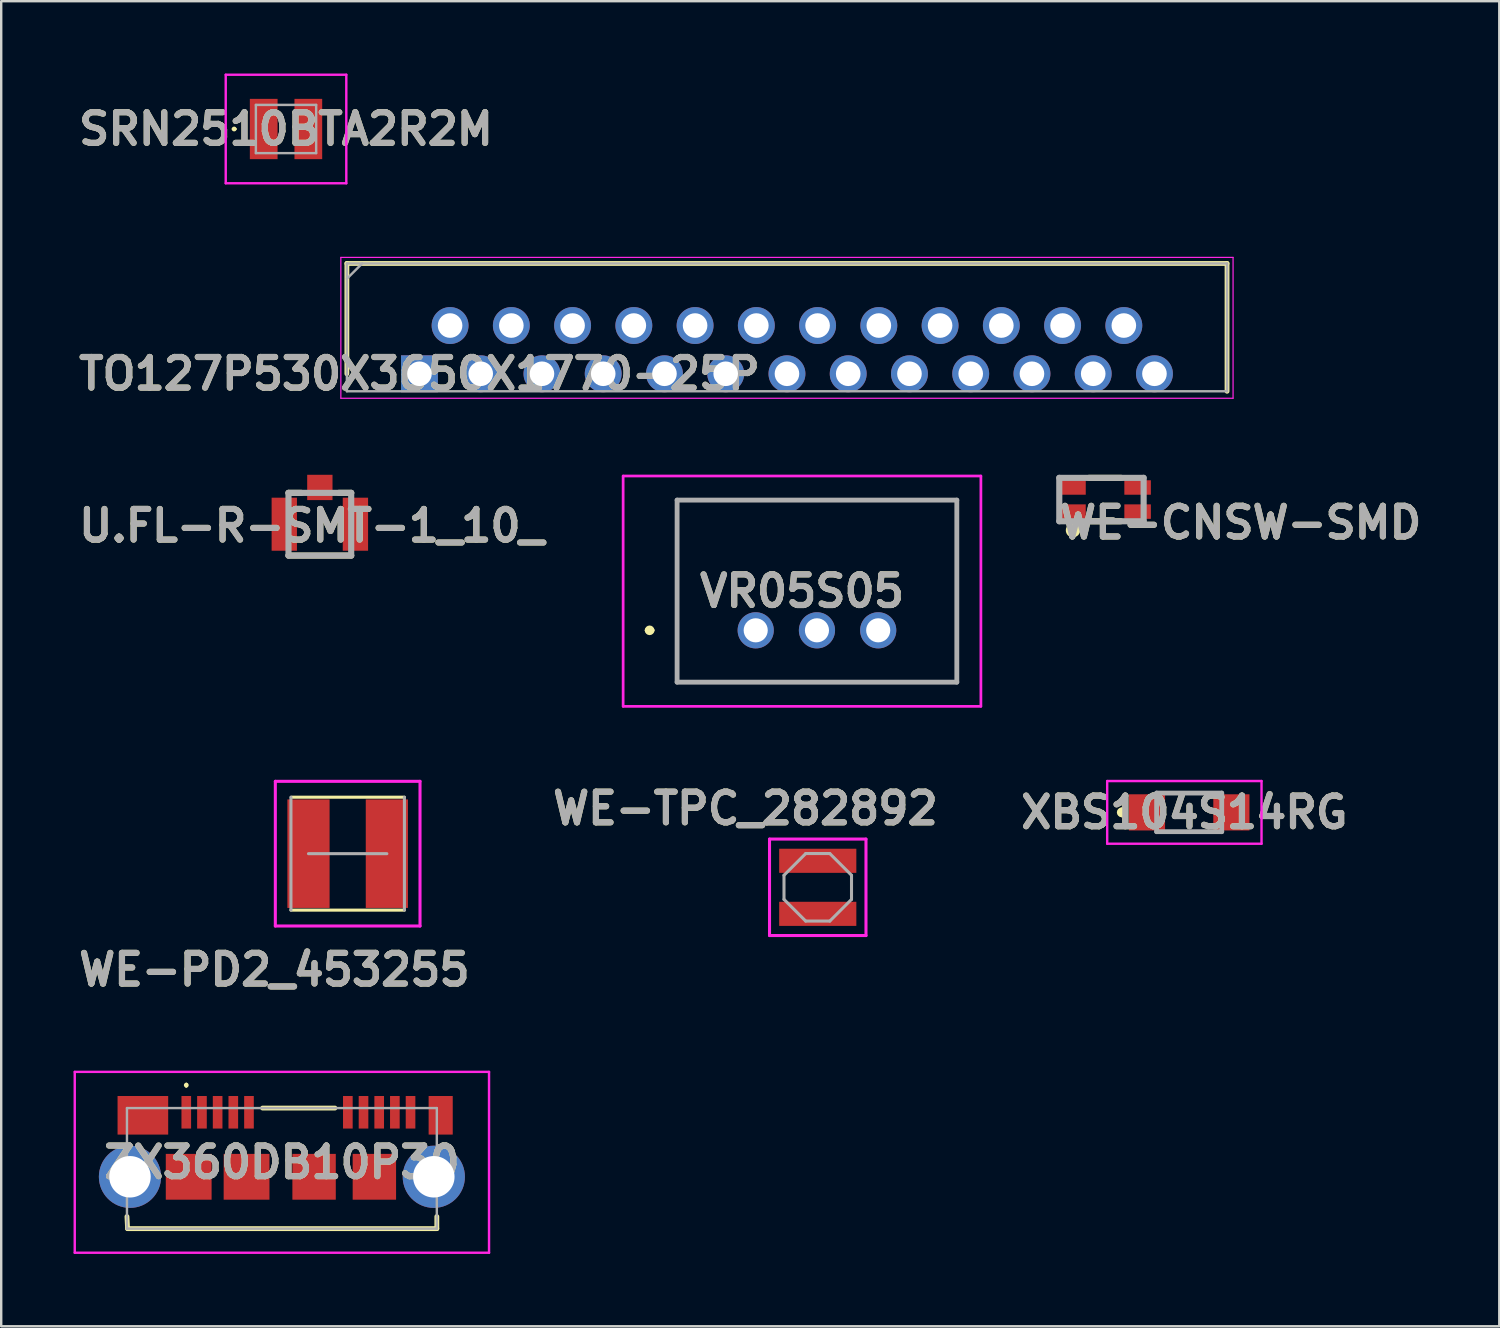
<source format=kicad_pcb>
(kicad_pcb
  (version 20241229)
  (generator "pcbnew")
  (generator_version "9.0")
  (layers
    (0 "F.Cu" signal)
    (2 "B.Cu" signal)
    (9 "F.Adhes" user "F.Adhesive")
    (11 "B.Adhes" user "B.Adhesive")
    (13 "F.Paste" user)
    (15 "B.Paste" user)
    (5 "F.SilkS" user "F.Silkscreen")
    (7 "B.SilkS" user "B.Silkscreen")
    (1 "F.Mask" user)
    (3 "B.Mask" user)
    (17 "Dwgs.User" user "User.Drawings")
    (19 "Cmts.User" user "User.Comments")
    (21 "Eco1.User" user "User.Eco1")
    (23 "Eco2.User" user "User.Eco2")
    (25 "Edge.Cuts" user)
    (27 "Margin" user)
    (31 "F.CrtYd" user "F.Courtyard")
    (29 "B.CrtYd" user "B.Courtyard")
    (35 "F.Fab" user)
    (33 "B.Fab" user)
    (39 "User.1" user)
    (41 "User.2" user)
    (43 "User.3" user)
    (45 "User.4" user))
  (footprint "XBS104S14RG"
    (layer "F.Cu")
    (at 46.265 30.639)
    (property "Reference" "XBS104S14RG" (at -0.2 0 0) (layer "F.SilkS") (effects (font (size 1.27 1.27) (thickness 0.254))))
    (attr smd)
    (fp_line (start -2.8 -0.1) (end -2.8 -0.1) (stroke (width 0.2) (type solid)) (layer "F.SilkS"))
    (fp_line (start -2.8 0.1) (end -2.8 0.1) (stroke (width 0.2) (type solid)) (layer "F.SilkS"))
    (fp_line (start -0.5 -0.8) (end 0.5 -0.8) (stroke (width 0.1) (type solid)) (layer "F.SilkS"))
    (fp_line (start -0.5 0.8) (end 0.5 0.8) (stroke (width 0.1) (type solid)) (layer "F.SilkS"))
    (fp_arc (start -2.8 -0.1) (mid -2.7 0) (end -2.8 0.1) (stroke (width 0.2) (type solid)) (layer "F.SilkS"))
    (fp_arc (start -2.8 0.1) (mid -2.9 0) (end -2.8 -0.1) (stroke (width 0.2) (type solid)) (layer "F.SilkS"))
    (fp_line (start -3.4 -1.3) (end 3 -1.3) (stroke (width 0.1) (type solid)) (layer "F.CrtYd"))
    (fp_line (start -3.4 1.3) (end -3.4 -1.3) (stroke (width 0.1) (type solid)) (layer "F.CrtYd"))
    (fp_line (start 3 -1.3) (end 3 1.3) (stroke (width 0.1) (type solid)) (layer "F.CrtYd"))
    (fp_line (start 3 1.3) (end -3.4 1.3) (stroke (width 0.1) (type solid)) (layer "F.CrtYd"))
    (fp_line (start -1.35 -0.8) (end 1.35 -0.8) (stroke (width 0.2) (type solid)) (layer "F.Fab"))
    (fp_line (start -1.35 0.8) (end -1.35 -0.8) (stroke (width 0.2) (type solid)) (layer "F.Fab"))
    (fp_line (start 1.35 -0.8) (end 1.35 0.8) (stroke (width 0.2) (type solid)) (layer "F.Fab"))
    (fp_line (start 1.35 0.8) (end -1.35 0.8) (stroke (width 0.2) (type solid)) (layer "F.Fab"))
    (fp_text user "${REFERENCE}" (at -0.2 0 0) (layer "F.Fab") (effects (font (size 1.27 1.27) (thickness 0.254))))
    (pad "1" smd rect (at -1.75 0 90) (size 1.5 1.5) (layers "F.Cu" "F.Mask" "F.Paste"))
    (pad "2" smd rect (at 1.75 0 90) (size 1.5 1.5) (layers "F.Cu" "F.Mask" "F.Paste")))
  (footprint "VR05S05"
    (layer "F.Cu")
    (at 28.289 23.089)
    (property "Reference" "VR05S05" (at 1.92 -1.625 0) (layer "F.SilkS") (effects (font (size 1.27 1.27) (thickness 0.254))))
    (attr through_hole)
    (fp_line (start -4.5 0) (end -4.5 0) (stroke (width 0.2) (type solid)) (layer "F.SilkS"))
    (fp_line (start -4.3 0) (end -4.3 0) (stroke (width 0.2) (type solid)) (layer "F.SilkS"))
    (fp_line (start -3.26 -5.4) (end -3.26 2.15) (stroke (width 0.1) (type solid)) (layer "F.SilkS"))
    (fp_line (start -3.26 2.15) (end 8.34 2.15) (stroke (width 0.1) (type solid)) (layer "F.SilkS"))
    (fp_line (start 8.34 -5.4) (end -3.26 -5.4) (stroke (width 0.1) (type solid)) (layer "F.SilkS"))
    (fp_line (start 8.34 2.15) (end 8.34 -5.4) (stroke (width 0.1) (type solid)) (layer "F.SilkS"))
    (fp_arc (start -4.5 0) (mid -4.4 -0.1) (end -4.3 0) (stroke (width 0.2) (type solid)) (layer "F.SilkS"))
    (fp_arc (start -4.3 0) (mid -4.4 0.1) (end -4.5 0) (stroke (width 0.2) (type solid)) (layer "F.SilkS"))
    (fp_line (start -5.5 -6.4) (end -5.5 3.15) (stroke (width 0.1) (type solid)) (layer "F.CrtYd"))
    (fp_line (start -5.5 -6.4) (end -5.5 3.15) (stroke (width 0.1) (type solid)) (layer "F.CrtYd"))
    (fp_line (start -5.5 3.15) (end 9.34 3.15) (stroke (width 0.1) (type solid)) (layer "F.CrtYd"))
    (fp_line (start -5.5 3.15) (end 9.34 3.15) (stroke (width 0.1) (type solid)) (layer "F.CrtYd"))
    (fp_line (start 9.34 -6.4) (end -5.5 -6.4) (stroke (width 0.1) (type solid)) (layer "F.CrtYd"))
    (fp_line (start 9.34 -6.4) (end -5.5 -6.4) (stroke (width 0.1) (type solid)) (layer "F.CrtYd"))
    (fp_line (start 9.34 3.15) (end 9.34 -6.4) (stroke (width 0.1) (type solid)) (layer "F.CrtYd"))
    (fp_line (start 9.34 3.15) (end 9.34 -6.4) (stroke (width 0.1) (type solid)) (layer "F.CrtYd"))
    (fp_line (start -3.26 -5.4) (end -3.26 2.15) (stroke (width 0.2) (type solid)) (layer "F.Fab"))
    (fp_line (start -3.26 2.15) (end 8.34 2.15) (stroke (width 0.2) (type solid)) (layer "F.Fab"))
    (fp_line (start 8.34 -5.4) (end -3.26 -5.4) (stroke (width 0.2) (type solid)) (layer "F.Fab"))
    (fp_line (start 8.34 2.15) (end 8.34 -5.4) (stroke (width 0.2) (type solid)) (layer "F.Fab"))
    (fp_text user "${REFERENCE}" (at 1.92 -1.625 0) (layer "F.Fab") (effects (font (size 1.27 1.27) (thickness 0.254))))
    (pad "1" thru_hole circle (at 0 0) (size 1.5 1.5) (drill 1) (layers "*.Cu" "*.Mask"))
    (pad "2" thru_hole circle (at 2.54 0) (size 1.5 1.5) (drill 1) (layers "*.Cu" "*.Mask"))
    (pad "3" thru_hole circle (at 5.08 0) (size 1.5 1.5) (drill 1) (layers "*.Cu" "*.Mask")))
  (footprint "WE-TPC_282892"
    (layer "F.Cu")
    (at 30.862 33.747)
    (property "Reference" "WE-TPC_282892" (at -3 -3.27 0) (layer "F.SilkS") (effects (font (size 1.27 1.27) (thickness 0.254))))
    (attr smd)
    (fp_line (start -2 -2) (end 2 -2) (stroke (width 0.127) (type solid)) (layer "F.CrtYd"))
    (fp_line (start -2 2) (end -2 -2) (stroke (width 0.127) (type solid)) (layer "F.CrtYd"))
    (fp_line (start 2 -2) (end 2 2) (stroke (width 0.127) (type solid)) (layer "F.CrtYd"))
    (fp_line (start 2 2) (end -2 2) (stroke (width 0.127) (type solid)) (layer "F.CrtYd"))
    (fp_line (start -1.4 -0.5) (end -1.4 0.5) (stroke (width 0.127) (type solid)) (layer "F.Fab"))
    (fp_line (start -1.4 0.5) (end -0.5 1.4) (stroke (width 0.127) (type solid)) (layer "F.Fab"))
    (fp_line (start -0.5 -1.4) (end -1.4 -0.5) (stroke (width 0.127) (type solid)) (layer "F.Fab"))
    (fp_line (start -0.5 -1.4) (end 0.5 -1.4) (stroke (width 0.127) (type solid)) (layer "F.Fab"))
    (fp_line (start -0.5 1.4) (end 0.5 1.4) (stroke (width 0.127) (type solid)) (layer "F.Fab"))
    (fp_line (start 0.5 -1.4) (end 1.4 -0.5) (stroke (width 0.127) (type solid)) (layer "F.Fab"))
    (fp_line (start 1.4 -0.5) (end 1.4 0.5) (stroke (width 0.127) (type solid)) (layer "F.Fab"))
    (fp_line (start 1.4 0.5) (end 0.5 1.4) (stroke (width 0.127) (type solid)) (layer "F.Fab"))
    (fp_text user "${REFERENCE}" (at -3 -3.27 0) (layer "F.Fab") (effects (font (size 1.27 1.27) (thickness 0.254))))
    (pad "1" smd rect (at 0 -1.1 90) (size 1 3.2) (layers "F.Cu" "F.Mask" "F.Paste"))
    (pad "2" smd rect (at 0 1.1 90) (size 1 3.2) (layers "F.Cu" "F.Mask" "F.Paste")))
  (footprint "WE-PD2_453255"
    (layer "F.Cu")
    (at 11.368 32.352)
    (property "Reference" "WE-PD2_453255" (at -3.04 4.81 0) (layer "F.SilkS") (effects (font (size 1.27 1.27) (thickness 0.254))))
    (attr smd)
    (fp_line (start -2.341 -2.341) (end 2.353 -2.341) (stroke (width 0.127) (type solid)) (layer "F.SilkS"))
    (fp_line (start 2.353 2.341) (end -2.353 2.341) (stroke (width 0.127) (type solid)) (layer "F.SilkS"))
    (fp_line (start -3 -3) (end -3 3) (stroke (width 0.127) (type solid)) (layer "F.CrtYd"))
    (fp_line (start -3 3) (end 3 3) (stroke (width 0.127) (type solid)) (layer "F.CrtYd"))
    (fp_line (start 3 -3) (end -3 -3) (stroke (width 0.127) (type solid)) (layer "F.CrtYd"))
    (fp_line (start 3 3) (end 3 -3) (stroke (width 0.127) (type solid)) (layer "F.CrtYd"))
    (fp_line (start -2.353 2.341) (end -2.353 -2.341) (stroke (width 0.127) (type solid)) (layer "F.Fab"))
    (fp_line (start -1.625 0) (end 1.625 0) (stroke (width 0.127) (type solid)) (layer "F.Fab"))
    (fp_line (start 2.353 -2.341) (end 2.353 2.341) (stroke (width 0.127) (type solid)) (layer "F.Fab"))
    (fp_text user "${REFERENCE}" (at -3.04 4.81 0) (layer "F.Fab") (effects (font (size 1.27 1.27) (thickness 0.254))))
    (pad "1" smd rect (at -1.625 0) (size 1.75 4.5) (layers "F.Cu" "F.Mask" "F.Paste"))
    (pad "2" smd rect (at 1.625 0) (size 1.75 4.5) (layers "F.Cu" "F.Mask" "F.Paste")))
  (footprint "ZX360DB10P30"
    (layer "F.Cu")
    (at 8.64 45.401)
    (property "Reference" "ZX360DB10P30" (at 0 -0.25 0) (layer "F.SilkS") (effects (font (size 1.27 1.27) (thickness 0.254))))
    (attr through_hole)
    (fp_line (start -6.425 2) (end -6.4 2.5) (stroke (width 0.2) (type solid)) (layer "F.SilkS"))
    (fp_line (start -6.4 2.5) (end 6.425 2.5) (stroke (width 0.2) (type solid)) (layer "F.SilkS"))
    (fp_line (start -3.965 -3.5) (end -3.965 -3.5) (stroke (width 0.1) (type solid)) (layer "F.SilkS"))
    (fp_line (start -3.965 -3.4) (end -3.965 -3.4) (stroke (width 0.1) (type solid)) (layer "F.SilkS"))
    (fp_line (start -0.8 -2.5) (end 2.2 -2.5) (stroke (width 0.2) (type solid)) (layer "F.SilkS"))
    (fp_line (start 6.425 2.5) (end 6.425 2) (stroke (width 0.2) (type solid)) (layer "F.SilkS"))
    (fp_arc (start -3.965 -3.5) (mid -3.915 -3.45) (end -3.965 -3.4) (stroke (width 0.1) (type solid)) (layer "F.SilkS"))
    (fp_arc (start -3.965 -3.4) (mid -4.015 -3.45) (end -3.965 -3.5) (stroke (width 0.1) (type solid)) (layer "F.SilkS"))
    (fp_line (start -8.59 -4) (end 8.59 -4) (stroke (width 0.1) (type solid)) (layer "F.CrtYd"))
    (fp_line (start -8.59 3.5) (end -8.59 -4) (stroke (width 0.1) (type solid)) (layer "F.CrtYd"))
    (fp_line (start 8.59 -4) (end 8.59 3.5) (stroke (width 0.1) (type solid)) (layer "F.CrtYd"))
    (fp_line (start 8.59 3.5) (end -8.59 3.5) (stroke (width 0.1) (type solid)) (layer "F.CrtYd"))
    (fp_line (start -6.425 -2.5) (end 6.425 -2.5) (stroke (width 0.1) (type solid)) (layer "F.Fab"))
    (fp_line (start -6.425 2.5) (end -6.425 -2.5) (stroke (width 0.1) (type solid)) (layer "F.Fab"))
    (fp_line (start 6.425 -2.5) (end 6.425 2.5) (stroke (width 0.1) (type solid)) (layer "F.Fab"))
    (fp_line (start 6.425 2.5) (end -6.425 2.5) (stroke (width 0.1) (type solid)) (layer "F.Fab"))
    (fp_text user "${REFERENCE}" (at 0 -0.25 0) (layer "F.Fab") (effects (font (size 1.27 1.27) (thickness 0.254))))
    (pad "1" smd rect (at -3.965 -2.325) (size 0.4 1.35) (layers "F.Cu" "F.Mask" "F.Paste"))
    (pad "2" smd rect (at -3.315 -2.325) (size 0.4 1.35) (layers "F.Cu" "F.Mask" "F.Paste"))
    (pad "3" smd rect (at -2.665 -2.325) (size 0.4 1.35) (layers "F.Cu" "F.Mask" "F.Paste"))
    (pad "4" smd rect (at -2.015 -2.325) (size 0.4 1.35) (layers "F.Cu" "F.Mask" "F.Paste"))
    (pad "5" smd rect (at -1.365 -2.325) (size 0.4 1.35) (layers "F.Cu" "F.Mask" "F.Paste"))
    (pad "6" smd rect (at 2.735 -2.325) (size 0.4 1.35) (layers "F.Cu" "F.Mask" "F.Paste"))
    (pad "7" smd rect (at 3.385 -2.325) (size 0.4 1.35) (layers "F.Cu" "F.Mask" "F.Paste"))
    (pad "8" smd rect (at 4.035 -2.325) (size 0.4 1.35) (layers "F.Cu" "F.Mask" "F.Paste"))
    (pad "9" smd rect (at 4.685 -2.325) (size 0.4 1.35) (layers "F.Cu" "F.Mask" "F.Paste"))
    (pad "10" smd rect (at 5.335 -2.325) (size 0.4 1.35) (layers "F.Cu" "F.Mask" "F.Paste"))
    (pad "MH1" thru_hole circle (at -6.3 0.35) (size 2.58 2.58) (drill 1.72) (layers "*.Cu" "*.Mask"))
    (pad "MH2" thru_hole circle (at 6.3 0.35) (size 2.58 2.58) (drill 1.72) (layers "*.Cu" "*.Mask"))
    (pad "MP1" smd rect (at -3.865 0.35) (size 1.9 1.9) (layers "F.Cu" "F.Mask" "F.Paste"))
    (pad "MP2" smd rect (at -1.465 0.35) (size 1.9 1.9) (layers "F.Cu" "F.Mask" "F.Paste"))
    (pad "MP3" smd rect (at 1.335 0.35) (size 1.8 1.9) (layers "F.Cu" "F.Mask" "F.Paste"))
    (pad "MP4" smd rect (at 3.835 0.35) (size 1.8 1.9) (layers "F.Cu" "F.Mask" "F.Paste"))
    (pad "MP5" smd rect (at 6.585 -2.2) (size 1 1.6) (layers "F.Cu" "F.Mask" "F.Paste"))
    (pad "MP6" smd rect (at -5.765 -2.2 90) (size 1.6 2.1) (layers "F.Cu" "F.Mask" "F.Paste")))
  (footprint "WE-CNSW-SMD"
    (layer "F.Cu")
    (at 42.776 17.666)
    (property "Reference" "WE-CNSW-SMD" (at 5.626 0.956 0) (layer "F.SilkS") (effects (font (size 1.27 1.27) (thickness 0.254))))
    (attr smd)
    (fp_line (start -0.662 -0.9) (end 0.663 -0.9) (stroke (width 0.254) (type solid)) (layer "F.SilkS"))
    (fp_line (start -0.638 0.9) (end 0.651 0.9) (stroke (width 0.254) (type solid)) (layer "F.SilkS"))
    (fp_circle (center -1.331 1.276) (end -1.331 1.318) (stroke (width 0.254) (type solid)) (fill no) (layer "F.SilkS"))
    (fp_line (start -1.898 -0.9) (end 1.6 -0.9) (stroke (width 0.254) (type solid)) (layer "F.Fab"))
    (fp_line (start -1.898 0.9) (end -1.898 -0.9) (stroke (width 0.254) (type solid)) (layer "F.Fab"))
    (fp_line (start 1.6 -0.9) (end 1.6 0.9) (stroke (width 0.254) (type solid)) (layer "F.Fab"))
    (fp_line (start 1.6 0.9) (end -1.898 0.9) (stroke (width 0.254) (type solid)) (layer "F.Fab"))
    (fp_text user "${REFERENCE}" (at 5.626 0.956 0) (layer "F.Fab") (effects (font (size 1.27 1.27) (thickness 0.254))))
    (pad "1" smd rect (at -1.35 0.5 90) (size 0.6 1.1) (layers "F.Cu" "F.Mask" "F.Paste"))
    (pad "2" smd rect (at 1.35 0.5 90) (size 0.6 1.1) (layers "F.Cu" "F.Mask" "F.Paste"))
    (pad "3" smd rect (at 1.35 -0.5 90) (size 0.6 1.1) (layers "F.Cu" "F.Mask" "F.Paste"))
    (pad "4" smd rect (at -1.35 -0.5 90) (size 0.6 1.1) (layers "F.Cu" "F.Mask" "F.Paste")))
  (footprint "TO127P530X3650X1770-25P"
    (layer "F.Cu")
    (at 14.345 12.45)
    (property "Reference" "TO127P530X3650X1770-25P" (at 0 0 0) (layer "F.SilkS") (effects (font (size 1.27 1.27) (thickness 0.254))))
    (attr through_hole)
    (fp_line (start -3.01 -4.575) (end -3.01 0) (stroke (width 0.2) (type solid)) (layer "F.SilkS"))
    (fp_line (start 33.49 -4.575) (end -3.01 -4.575) (stroke (width 0.2) (type solid)) (layer "F.SilkS"))
    (fp_line (start 33.49 0.725) (end 33.49 -4.575) (stroke (width 0.2) (type solid)) (layer "F.SilkS"))
    (fp_line (start -3.26 -4.825) (end 33.74 -4.825) (stroke (width 0.05) (type solid)) (layer "F.CrtYd"))
    (fp_line (start -3.26 1.015) (end -3.26 -4.825) (stroke (width 0.05) (type solid)) (layer "F.CrtYd"))
    (fp_line (start 33.74 -4.825) (end 33.74 1.015) (stroke (width 0.05) (type solid)) (layer "F.CrtYd"))
    (fp_line (start 33.74 1.015) (end -3.26 1.015) (stroke (width 0.05) (type solid)) (layer "F.CrtYd"))
    (fp_line (start -3.01 -4.575) (end 33.49 -4.575) (stroke (width 0.1) (type solid)) (layer "F.Fab"))
    (fp_line (start -3.01 -3.94) (end -2.375 -4.575) (stroke (width 0.1) (type solid)) (layer "F.Fab"))
    (fp_line (start -3.01 0.725) (end -3.01 -4.575) (stroke (width 0.1) (type solid)) (layer "F.Fab"))
    (fp_line (start 33.49 -4.575) (end 33.49 0.725) (stroke (width 0.1) (type solid)) (layer "F.Fab"))
    (fp_line (start 33.49 0.725) (end -3.01 0.725) (stroke (width 0.1) (type solid)) (layer "F.Fab"))
    (fp_text user "${REFERENCE}" (at 0 0 0) (layer "F.Fab") (effects (font (size 1.27 1.27) (thickness 0.254))))
    (pad "1" thru_hole rect (at 0 0) (size 1.53 1.53) (drill 1.02) (layers "*.Cu" "*.Mask"))
    (pad "2" thru_hole circle (at 1.27 -2) (size 1.53 1.53) (drill 1.02) (layers "*.Cu" "*.Mask"))
    (pad "3" thru_hole circle (at 2.54 0) (size 1.53 1.53) (drill 1.02) (layers "*.Cu" "*.Mask"))
    (pad "4" thru_hole circle (at 3.81 -2) (size 1.53 1.53) (drill 1.02) (layers "*.Cu" "*.Mask"))
    (pad "5" thru_hole circle (at 5.08 0) (size 1.53 1.53) (drill 1.02) (layers "*.Cu" "*.Mask"))
    (pad "6" thru_hole circle (at 6.35 -2) (size 1.53 1.53) (drill 1.02) (layers "*.Cu" "*.Mask"))
    (pad "7" thru_hole circle (at 7.62 0) (size 1.53 1.53) (drill 1.02) (layers "*.Cu" "*.Mask"))
    (pad "8" thru_hole circle (at 8.89 -2) (size 1.53 1.53) (drill 1.02) (layers "*.Cu" "*.Mask"))
    (pad "9" thru_hole circle (at 10.16 0) (size 1.53 1.53) (drill 1.02) (layers "*.Cu" "*.Mask"))
    (pad "10" thru_hole circle (at 11.43 -2) (size 1.53 1.53) (drill 1.02) (layers "*.Cu" "*.Mask"))
    (pad "11" thru_hole circle (at 12.7 0) (size 1.53 1.53) (drill 1.02) (layers "*.Cu" "*.Mask"))
    (pad "12" thru_hole circle (at 13.97 -2) (size 1.53 1.53) (drill 1.02) (layers "*.Cu" "*.Mask"))
    (pad "13" thru_hole circle (at 15.24 0) (size 1.53 1.53) (drill 1.02) (layers "*.Cu" "*.Mask"))
    (pad "14" thru_hole circle (at 16.51 -2) (size 1.53 1.53) (drill 1.02) (layers "*.Cu" "*.Mask"))
    (pad "15" thru_hole circle (at 17.78 0) (size 1.53 1.53) (drill 1.02) (layers "*.Cu" "*.Mask"))
    (pad "16" thru_hole circle (at 19.05 -2) (size 1.53 1.53) (drill 1.02) (layers "*.Cu" "*.Mask"))
    (pad "17" thru_hole circle (at 20.32 0) (size 1.53 1.53) (drill 1.02) (layers "*.Cu" "*.Mask"))
    (pad "18" thru_hole circle (at 21.59 -2) (size 1.53 1.53) (drill 1.02) (layers "*.Cu" "*.Mask"))
    (pad "19" thru_hole circle (at 22.86 0) (size 1.53 1.53) (drill 1.02) (layers "*.Cu" "*.Mask"))
    (pad "20" thru_hole circle (at 24.13 -2) (size 1.53 1.53) (drill 1.02) (layers "*.Cu" "*.Mask"))
    (pad "21" thru_hole circle (at 25.4 0) (size 1.53 1.53) (drill 1.02) (layers "*.Cu" "*.Mask"))
    (pad "22" thru_hole circle (at 26.67 -2) (size 1.53 1.53) (drill 1.02) (layers "*.Cu" "*.Mask"))
    (pad "23" thru_hole circle (at 27.94 0) (size 1.53 1.53) (drill 1.02) (layers "*.Cu" "*.Mask"))
    (pad "24" thru_hole circle (at 29.21 -2) (size 1.53 1.53) (drill 1.02) (layers "*.Cu" "*.Mask"))
    (pad "25" thru_hole circle (at 30.48 0) (size 1.53 1.53) (drill 1.02) (layers "*.Cu" "*.Mask")))
  (footprint "U.FL-R-SMT-1_10_"
    (layer "F.Cu")
    (at 10.214 18.689)
    (property "Reference" "U.FL-R-SMT-1_10_" (at -0.345 0.063 0) (layer "F.SilkS") (effects (font (size 1.27 1.27) (thickness 0.254))))
    (attr smd)
    (fp_line (start -1.3 -1.3) (end -0.77 -1.3) (stroke (width 0.254) (type solid)) (layer "F.SilkS"))
    (fp_line (start -1.3 1.3) (end 1.3 1.3) (stroke (width 0.254) (type solid)) (layer "F.SilkS"))
    (fp_line (start 1.3 -1.3) (end 0.788 -1.3) (stroke (width 0.254) (type solid)) (layer "F.SilkS"))
    (fp_line (start -1.3 -1.3) (end 1.3 -1.3) (stroke (width 0.254) (type solid)) (layer "F.Fab"))
    (fp_line (start -1.3 1.3) (end -1.3 -1.3) (stroke (width 0.254) (type solid)) (layer "F.Fab"))
    (fp_line (start 1.3 -1.3) (end 1.3 1.3) (stroke (width 0.254) (type solid)) (layer "F.Fab"))
    (fp_line (start 1.3 1.3) (end -1.3 1.3) (stroke (width 0.254) (type solid)) (layer "F.Fab"))
    (fp_text user "${REFERENCE}" (at -0.345 0.063 0) (layer "F.Fab") (effects (font (size 1.27 1.27) (thickness 0.254))))
    (pad "1" smd rect (at -1.475 0) (size 1.05 2.2) (layers "F.Cu" "F.Mask" "F.Paste"))
    (pad "2" smd rect (at 1.475 0) (size 1.05 2.2) (layers "F.Cu" "F.Mask" "F.Paste"))
    (pad "3" smd rect (at 0 -1.525 90) (size 1.05 1.05) (layers "F.Cu" "F.Mask" "F.Paste")))
  (footprint "SRN2510BTA2R2M"
    (layer "F.Cu")
    (at 8.811 2.3)
    (property "Reference" "SRN2510BTA2R2M" (at 0 0 0) (layer "F.SilkS") (effects (font (size 1.27 1.27) (thickness 0.254))))
    (attr smd)
    (fp_line (start -2.2 0) (end -2.2 0) (stroke (width 0.1) (type solid)) (layer "F.SilkS"))
    (fp_line (start -2.1 0) (end -2.1 0) (stroke (width 0.1) (type solid)) (layer "F.SilkS"))
    (fp_arc (start -2.2 0) (mid -2.15 -0.05) (end -2.1 0) (stroke (width 0.1) (type solid)) (layer "F.SilkS"))
    (fp_arc (start -2.1 0) (mid -2.15 0.05) (end -2.2 0) (stroke (width 0.1) (type solid)) (layer "F.SilkS"))
    (fp_line (start -2.5 -2.25) (end 2.5 -2.25) (stroke (width 0.1) (type solid)) (layer "F.CrtYd"))
    (fp_line (start -2.5 2.25) (end -2.5 -2.25) (stroke (width 0.1) (type solid)) (layer "F.CrtYd"))
    (fp_line (start 2.5 -2.25) (end 2.5 2.25) (stroke (width 0.1) (type solid)) (layer "F.CrtYd"))
    (fp_line (start 2.5 2.25) (end -2.5 2.25) (stroke (width 0.1) (type solid)) (layer "F.CrtYd"))
    (fp_line (start -1.25 -1) (end -1.25 1) (stroke (width 0.1) (type solid)) (layer "F.Fab"))
    (fp_line (start -1.25 1) (end 1.25 1) (stroke (width 0.1) (type solid)) (layer "F.Fab"))
    (fp_line (start 1.25 -1) (end -1.25 -1) (stroke (width 0.1) (type solid)) (layer "F.Fab"))
    (fp_line (start 1.25 1) (end 1.25 -1) (stroke (width 0.1) (type solid)) (layer "F.Fab"))
    (fp_text user "${REFERENCE}" (at 0 0 0) (layer "F.Fab") (effects (font (size 1.27 1.27) (thickness 0.254))))
    (pad "1" smd rect (at -0.925 0) (size 1.15 2.5) (layers "F.Cu" "F.Mask" "F.Paste"))
    (pad "2" smd rect (at 0.925 0) (size 1.15 2.5) (layers "F.Cu" "F.Mask" "F.Paste")))
  (gr_rect
    (start -3 -3)
    (end 59.125 51.951)
    (stroke (width 0.1) (type default))
    (fill no)
    (layer "Edge.Cuts")))
</source>
